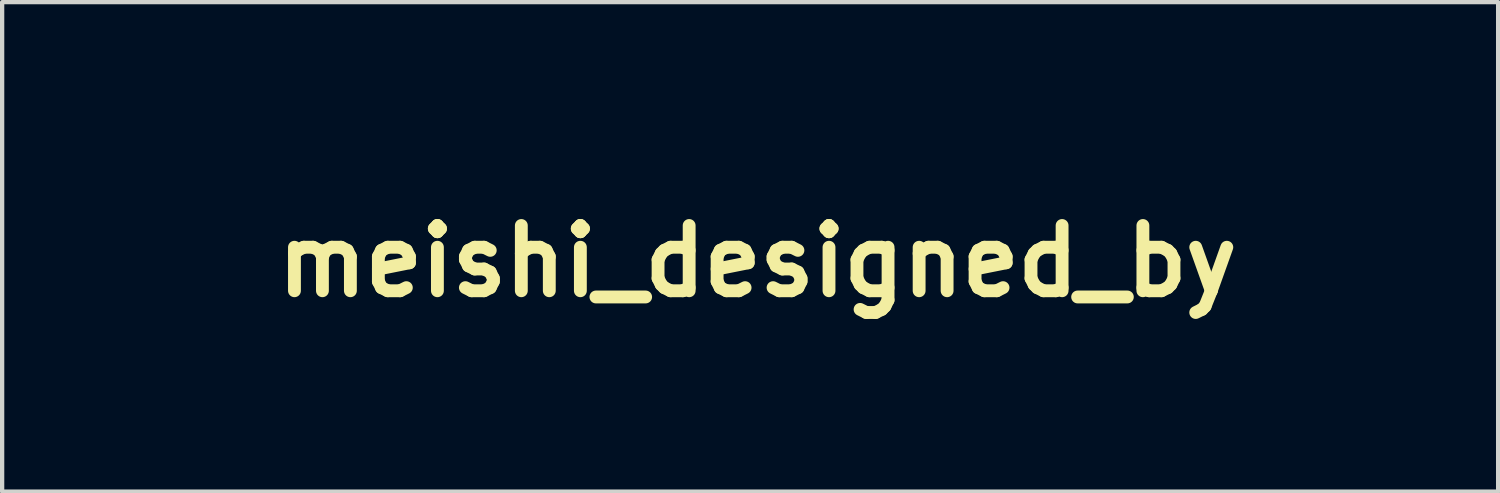
<source format=kicad_pcb>
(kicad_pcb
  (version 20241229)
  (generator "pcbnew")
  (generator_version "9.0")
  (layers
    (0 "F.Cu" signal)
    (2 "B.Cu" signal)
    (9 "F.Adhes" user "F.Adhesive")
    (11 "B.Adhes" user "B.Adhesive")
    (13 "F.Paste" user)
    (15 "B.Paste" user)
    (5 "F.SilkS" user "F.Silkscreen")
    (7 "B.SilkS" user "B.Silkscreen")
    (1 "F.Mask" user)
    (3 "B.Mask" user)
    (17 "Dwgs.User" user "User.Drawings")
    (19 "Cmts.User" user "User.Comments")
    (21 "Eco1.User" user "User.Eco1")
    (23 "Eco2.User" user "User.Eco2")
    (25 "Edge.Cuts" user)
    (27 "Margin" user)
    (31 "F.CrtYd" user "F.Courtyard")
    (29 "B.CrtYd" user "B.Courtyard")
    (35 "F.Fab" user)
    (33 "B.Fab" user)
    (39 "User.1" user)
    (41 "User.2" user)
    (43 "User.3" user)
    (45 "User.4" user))
  (footprint "meishi_designed_by"
    (layer "F.Cu")
    (at 14.639 3.05)
    (property "Reference" "meishi_designed_by" (at 0 0 0) (layer "F.SilkS") (effects (font (size 1.524 1.524) (thickness 0.3))))
    (attr through_hole)
    (fp_poly (pts (xy -12.568 -2.469) (xy -14.376 -2.469) (xy -14.376 -2.69) (xy -12.568 -2.69) (xy -12.568 -2.469)) (stroke (width 0.01) (type solid)) (fill yes) (layer "F.Mask"))
    (fp_poly (pts (xy 3.351 -1.543) (xy 0.529 -1.543) (xy 0.529 -1.808) (xy 3.351 -1.808) (xy 3.351 -1.543)) (stroke (width 0.01) (type solid)) (fill yes) (layer "F.Mask"))
    (fp_poly (pts (xy 9.525 -1.543) (xy 6.703 -1.543) (xy 6.703 -1.808) (xy 9.525 -1.808) (xy 9.525 -1.543)) (stroke (width 0.01) (type solid)) (fill yes) (layer "F.Mask"))
    (fp_poly (pts (xy 12.083 -1.896) (xy 10.319 -1.896) (xy 10.319 -2.117) (xy 12.083 -2.117) (xy 12.083 -1.896)) (stroke (width 0.01) (type solid)) (fill yes) (layer "F.Mask"))
    (fp_poly (pts (xy -4.164 0.643) (xy -4.145 0.728) (xy -4.172 0.814) (xy -4.236 0.84) (xy -4.292 0.808) (xy -4.325 0.73) (xy -4.302 0.653) (xy -4.235 0.617) (xy -4.233 0.617) (xy -4.164 0.643)) (stroke (width 0.01) (type solid)) (fill yes) (layer "F.Mask"))
    (fp_poly (pts (xy -4.194 1.02) (xy -4.168 1.048) (xy -4.154 1.113) (xy -4.147 1.232) (xy -4.145 1.419) (xy -4.145 1.477) (xy -4.146 1.684) (xy -4.152 1.818) (xy -4.164 1.895) (xy -4.187 1.93) (xy -4.222 1.94) (xy -4.233 1.94) (xy -4.273 1.934) (xy -4.298 1.907) (xy -4.313 1.841) (xy -4.32 1.723) (xy -4.321 1.535) (xy -4.322 1.477) (xy -4.32 1.271) (xy -4.315 1.137) (xy -4.303 1.06) (xy -4.28 1.024) (xy -4.244 1.014) (xy -4.233 1.014) (xy -4.194 1.02)) (stroke (width 0.01) (type solid)) (fill yes) (layer "F.Mask"))
    (fp_poly (pts (xy 14.277 -1.4) (xy 14.265 -0.154) (xy 13.615 -0.142) (xy 12.965 -0.13) (xy 12.965 -0.441) (xy 13.141 -0.441) (xy 13.147 -0.402) (xy 13.173 -0.377) (xy 13.237 -0.362) (xy 13.352 -0.355) (xy 13.535 -0.353) (xy 13.626 -0.353) (xy 14.111 -0.353) (xy 14.111 -2.469) (xy 13.891 -2.469) (xy 13.891 -0.529) (xy 13.516 -0.529) (xy 13.334 -0.528) (xy 13.222 -0.52) (xy 13.165 -0.502) (xy 13.143 -0.47) (xy 13.141 -0.441) (xy 12.965 -0.441) (xy 12.965 -0.706) (xy 13.714 -0.706) (xy 13.714 -2.646) (xy 14.289 -2.646) (xy 14.277 -1.4)) (stroke (width 0.01) (type solid)) (fill yes) (layer "F.Mask"))
    (fp_poly (pts (xy -5.194 -2.851) (xy -5.191 -2.851) (xy -5.082 -2.823) (xy -5.148 -2.525) (xy -5.182 -2.307) (xy -5.204 -2.027) (xy -5.214 -1.712) (xy -5.213 -1.387) (xy -5.199 -1.078) (xy -5.173 -0.81) (xy -5.151 -0.676) (xy -5.119 -0.513) (xy -5.106 -0.417) (xy -5.115 -0.367) (xy -5.147 -0.344) (xy -5.178 -0.335) (xy -5.279 -0.313) (xy -5.327 -0.328) (xy -5.353 -0.386) (xy -5.408 -0.64) (xy -5.449 -0.956) (xy -5.472 -1.31) (xy -5.479 -1.678) (xy -5.467 -2.034) (xy -5.437 -2.354) (xy -5.425 -2.431) (xy -5.388 -2.635) (xy -5.355 -2.766) (xy -5.316 -2.836) (xy -5.265 -2.86) (xy -5.194 -2.851)) (stroke (width 0.01) (type solid)) (fill yes) (layer "F.Mask"))
    (fp_poly (pts (xy 0.176 -2.469) (xy -0.573 -2.469) (xy -0.573 -0.529) (xy -0.839 -0.529) (xy -1.015 -0.539) (xy -1.111 -0.567) (xy -1.127 -0.585) (xy -1.132 -0.642) (xy -1.136 -0.776) (xy -1.138 -0.973) (xy -1.139 -1.223) (xy -1.139 -1.512) (xy -1.136 -1.829) (xy -1.136 -1.831) (xy -1.126 -2.866) (xy -0.97 -2.866) (xy -0.97 -0.706) (xy -0.75 -0.706) (xy -0.75 -2.646) (xy -0.375 -2.646) (xy -0.193 -2.647) (xy -0.083 -2.653) (xy -0.025 -2.67) (xy -0.003 -2.703) (xy 0 -2.756) (xy 0 -2.866) (xy -0.97 -2.866) (xy -1.126 -2.866) (xy -1.124 -3.021) (xy 0.176 -3.045) (xy 0.176 -2.469)) (stroke (width 0.01) (type solid)) (fill yes) (layer "F.Mask"))
    (fp_poly (pts (xy 5.409 0.494) (xy 5.421 0.543) (xy 5.409 0.613) (xy 5.397 0.705) (xy 5.426 0.742) (xy 5.518 0.75) (xy 5.535 0.75) (xy 5.641 0.76) (xy 5.684 0.799) (xy 5.689 0.838) (xy 5.675 0.894) (xy 5.619 0.92) (xy 5.498 0.926) (xy 5.308 0.926) (xy 5.232 1.167) (xy 5.185 1.304) (xy 5.127 1.458) (xy 5.068 1.606) (xy 5.015 1.727) (xy 4.979 1.797) (xy 4.97 1.807) (xy 4.931 1.787) (xy 4.905 1.771) (xy 4.884 1.734) (xy 4.892 1.658) (xy 4.932 1.528) (xy 5.001 1.342) (xy 5.153 0.948) (xy 5.024 0.934) (xy 4.924 0.904) (xy 4.895 0.838) (xy 4.917 0.779) (xy 4.997 0.749) (xy 5.058 0.741) (xy 5.174 0.72) (xy 5.23 0.669) (xy 5.248 0.618) (xy 5.296 0.528) (xy 5.355 0.492) (xy 5.409 0.494)) (stroke (width 0.01) (type solid)) (fill yes) (layer "F.Mask"))
    (fp_poly (pts (xy 2.432 1.019) (xy 2.446 1.046) (xy 2.426 1.117) (xy 2.385 1.224) (xy 2.248 1.567) (xy 2.137 1.835) (xy 2.049 2.037) (xy 1.98 2.18) (xy 1.926 2.272) (xy 1.883 2.322) (xy 1.847 2.337) (xy 1.846 2.337) (xy 1.778 2.329) (xy 1.764 2.32) (xy 1.78 2.273) (xy 1.822 2.174) (xy 1.849 2.112) (xy 1.896 1.995) (xy 1.918 1.913) (xy 1.917 1.894) (xy 1.896 1.843) (xy 1.852 1.728) (xy 1.792 1.568) (xy 1.744 1.437) (xy 1.676 1.246) (xy 1.636 1.122) (xy 1.622 1.053) (xy 1.632 1.024) (xy 1.665 1.02) (xy 1.684 1.022) (xy 1.739 1.047) (xy 1.788 1.113) (xy 1.843 1.237) (xy 1.895 1.386) (xy 2.012 1.736) (xy 2.157 1.375) (xy 2.238 1.189) (xy 2.301 1.075) (xy 2.355 1.022) (xy 2.386 1.014) (xy 2.432 1.019)) (stroke (width 0.01) (type solid)) (fill yes) (layer "F.Mask"))
    (fp_poly (pts (xy -4.819 0.994) (xy -4.706 1.027) (xy -4.638 1.074) (xy -4.63 1.097) (xy -4.648 1.14) (xy -4.716 1.162) (xy -4.851 1.169) (xy -4.862 1.169) (xy -4.998 1.173) (xy -5.068 1.192) (xy -5.092 1.232) (xy -5.093 1.252) (xy -5.056 1.326) (xy -4.94 1.389) (xy -4.92 1.396) (xy -4.734 1.485) (xy -4.619 1.595) (xy -4.58 1.716) (xy -4.62 1.834) (xy -4.729 1.925) (xy -4.888 1.973) (xy -5.068 1.972) (xy -5.196 1.938) (xy -5.266 1.888) (xy -5.279 1.841) (xy -5.262 1.807) (xy -5.228 1.795) (xy -5.153 1.805) (xy -5.048 1.826) (xy -4.923 1.828) (xy -4.823 1.787) (xy -4.771 1.718) (xy -4.774 1.664) (xy -4.83 1.608) (xy -4.937 1.554) (xy -4.969 1.542) (xy -5.099 1.49) (xy -5.202 1.431) (xy -5.214 1.421) (xy -5.284 1.313) (xy -5.277 1.195) (xy -5.202 1.085) (xy -5.066 1.002) (xy -5.057 0.999) (xy -4.946 0.982) (xy -4.819 0.994)) (stroke (width 0.01) (type solid)) (fill yes) (layer "F.Mask"))
    (fp_poly (pts (xy -14.153 -1.737) (xy -14.093 -1.698) (xy -14.05 -1.658) (xy -14.043 -1.616) (xy -14.078 -1.549) (xy -14.162 -1.437) (xy -14.172 -1.425) (xy -14.308 -1.221) (xy -14.366 -1.052) (xy -14.345 -0.913) (xy -14.246 -0.796) (xy -14.126 -0.724) (xy -14.039 -0.687) (xy -13.938 -0.663) (xy -13.804 -0.649) (xy -13.618 -0.643) (xy -13.384 -0.642) (xy -13.15 -0.647) (xy -12.932 -0.658) (xy -12.754 -0.675) (xy -12.64 -0.695) (xy -12.636 -0.696) (xy -12.52 -0.729) (xy -12.462 -0.731) (xy -12.434 -0.691) (xy -12.413 -0.611) (xy -12.402 -0.542) (xy -12.425 -0.5) (xy -12.501 -0.471) (xy -12.614 -0.445) (xy -12.802 -0.414) (xy -13.037 -0.392) (xy -13.291 -0.377) (xy -13.54 -0.372) (xy -13.755 -0.378) (xy -13.912 -0.394) (xy -13.923 -0.396) (xy -14.22 -0.491) (xy -14.45 -0.634) (xy -14.535 -0.72) (xy -14.626 -0.891) (xy -14.634 -1.088) (xy -14.558 -1.309) (xy -14.425 -1.52) (xy -14.329 -1.641) (xy -14.252 -1.728) (xy -14.21 -1.762) (xy -14.209 -1.762) (xy -14.153 -1.737)) (stroke (width 0.01) (type solid)) (fill yes) (layer "F.Mask"))
    (fp_poly (pts (xy -6.77 0.651) (xy -6.574 0.746) (xy -6.439 0.89) (xy -6.369 1.073) (xy -6.349 1.285) (xy -6.376 1.502) (xy -6.444 1.697) (xy -6.551 1.845) (xy -6.596 1.88) (xy -6.702 1.921) (xy -6.86 1.953) (xy -7.032 1.969) (xy -7.182 1.967) (xy -7.243 1.956) (xy -7.273 1.939) (xy -7.295 1.899) (xy -7.308 1.823) (xy -7.316 1.697) (xy -7.32 1.507) (xy -7.32 1.304) (xy -7.144 1.304) (xy -7.144 1.808) (xy -6.971 1.808) (xy -6.84 1.801) (xy -6.739 1.784) (xy -6.727 1.781) (xy -6.635 1.702) (xy -6.567 1.555) (xy -6.53 1.361) (xy -6.526 1.264) (xy -6.549 1.055) (xy -6.62 0.912) (xy -6.748 0.826) (xy -6.835 0.8) (xy -6.961 0.776) (xy -7.047 0.776) (xy -7.101 0.813) (xy -7.13 0.899) (xy -7.141 1.046) (xy -7.144 1.267) (xy -7.144 1.304) (xy -7.32 1.304) (xy -7.32 1.302) (xy -7.32 1.043) (xy -7.314 0.859) (xy -7.298 0.738) (xy -7.265 0.666) (xy -7.209 0.63) (xy -7.125 0.618) (xy -7.006 0.617) (xy -6.77 0.651)) (stroke (width 0.01) (type solid)) (fill yes) (layer "F.Mask"))
    (fp_poly (pts (xy -2.193 1.031) (xy -2.106 1.094) (xy -2.067 1.144) (xy -2.043 1.225) (xy -2.032 1.357) (xy -2.028 1.55) (xy -2.03 1.737) (xy -2.037 1.852) (xy -2.054 1.914) (xy -2.084 1.937) (xy -2.115 1.94) (xy -2.157 1.932) (xy -2.184 1.897) (xy -2.2 1.818) (xy -2.209 1.678) (xy -2.214 1.554) (xy -2.222 1.369) (xy -2.233 1.253) (xy -2.253 1.191) (xy -2.287 1.163) (xy -2.324 1.155) (xy -2.442 1.164) (xy -2.511 1.189) (xy -2.557 1.224) (xy -2.584 1.281) (xy -2.598 1.381) (xy -2.602 1.544) (xy -2.602 1.589) (xy -2.604 1.764) (xy -2.612 1.869) (xy -2.632 1.922) (xy -2.667 1.939) (xy -2.69 1.94) (xy -2.729 1.934) (xy -2.755 1.907) (xy -2.769 1.841) (xy -2.776 1.723) (xy -2.778 1.535) (xy -2.778 1.477) (xy -2.776 1.266) (xy -2.769 1.128) (xy -2.754 1.05) (xy -2.729 1.018) (xy -2.712 1.014) (xy -2.653 1.037) (xy -2.646 1.056) (xy -2.611 1.068) (xy -2.523 1.046) (xy -2.494 1.034) (xy -2.332 0.995) (xy -2.193 1.031)) (stroke (width 0.01) (type solid)) (fill yes) (layer "F.Mask"))
    (fp_poly (pts (xy 6.21 0.761) (xy 6.347 0.793) (xy 6.426 0.838) (xy 6.438 0.865) (xy 6.405 0.907) (xy 6.297 0.925) (xy 6.24 0.926) (xy 6.041 0.926) (xy 6.042 1.224) (xy 6.043 1.521) (xy 6.241 1.654) (xy 6.351 1.733) (xy 6.422 1.796) (xy 6.438 1.82) (xy 6.405 1.871) (xy 6.325 1.875) (xy 6.224 1.835) (xy 6.189 1.811) (xy 6.07 1.717) (xy 6.016 1.844) (xy 5.956 1.944) (xy 5.888 2) (xy 5.737 2.028) (xy 5.568 2.019) (xy 5.422 1.975) (xy 5.377 1.947) (xy 5.292 1.825) (xy 5.277 1.725) (xy 5.282 1.697) (xy 5.43 1.697) (xy 5.449 1.792) (xy 5.526 1.859) (xy 5.637 1.89) (xy 5.755 1.877) (xy 5.842 1.825) (xy 5.898 1.726) (xy 5.872 1.639) (xy 5.777 1.588) (xy 5.633 1.575) (xy 5.51 1.607) (xy 5.438 1.674) (xy 5.43 1.697) (xy 5.282 1.697) (xy 5.303 1.579) (xy 5.386 1.486) (xy 5.535 1.441) (xy 5.668 1.433) (xy 5.909 1.433) (xy 5.909 0.75) (xy 6.036 0.75) (xy 6.21 0.761)) (stroke (width 0.01) (type solid)) (fill yes) (layer "F.Mask"))
    (fp_poly (pts (xy 11.332 -2.98) (xy 11.459 -2.916) (xy 11.56 -2.838) (xy 11.716 -2.716) (xy 11.912 -2.574) (xy 12.121 -2.43) (xy 12.319 -2.302) (xy 12.479 -2.206) (xy 12.511 -2.189) (xy 12.603 -2.134) (xy 12.629 -2.083) (xy 12.604 -2.006) (xy 12.555 -1.925) (xy 12.517 -1.896) (xy 12.45 -1.921) (xy 12.328 -1.987) (xy 12.168 -2.085) (xy 11.988 -2.203) (xy 11.803 -2.332) (xy 11.63 -2.459) (xy 11.557 -2.516) (xy 11.413 -2.629) (xy 11.294 -2.718) (xy 11.218 -2.77) (xy 11.201 -2.778) (xy 11.156 -2.752) (xy 11.059 -2.683) (xy 10.928 -2.582) (xy 10.844 -2.516) (xy 10.683 -2.393) (xy 10.502 -2.264) (xy 10.317 -2.139) (xy 10.146 -2.03) (xy 10.004 -1.948) (xy 9.909 -1.902) (xy 9.884 -1.896) (xy 9.841 -1.932) (xy 9.798 -2.006) (xy 9.773 -2.083) (xy 9.798 -2.134) (xy 9.89 -2.189) (xy 10.037 -2.273) (xy 10.227 -2.395) (xy 10.436 -2.537) (xy 10.637 -2.681) (xy 10.806 -2.81) (xy 10.841 -2.838) (xy 10.985 -2.943) (xy 11.109 -2.991) (xy 11.201 -2.999) (xy 11.332 -2.98)) (stroke (width 0.01) (type solid)) (fill yes) (layer "F.Mask"))
    (fp_poly (pts (xy -5.658 1.037) (xy -5.553 1.103) (xy -5.489 1.211) (xy -5.469 1.277) (xy -5.444 1.398) (xy -5.442 1.485) (xy -5.447 1.5) (xy -5.501 1.522) (xy -5.618 1.537) (xy -5.774 1.543) (xy -5.779 1.543) (xy -5.957 1.549) (xy -6.054 1.57) (xy -6.076 1.615) (xy -6.029 1.688) (xy -5.974 1.747) (xy -5.885 1.82) (xy -5.793 1.841) (xy -5.687 1.83) (xy -5.571 1.817) (xy -5.52 1.834) (xy -5.512 1.865) (xy -5.551 1.927) (xy -5.65 1.967) (xy -5.782 1.979) (xy -5.922 1.96) (xy -5.975 1.943) (xy -6.123 1.845) (xy -6.208 1.694) (xy -6.237 1.481) (xy -6.237 1.476) (xy -6.228 1.332) (xy -6.07 1.332) (xy -6.069 1.383) (xy -6.001 1.405) (xy -5.858 1.411) (xy -5.843 1.411) (xy -5.701 1.403) (xy -5.616 1.382) (xy -5.6 1.364) (xy -5.636 1.245) (xy -5.725 1.169) (xy -5.84 1.147) (xy -5.955 1.183) (xy -6.017 1.245) (xy -6.07 1.332) (xy -6.228 1.332) (xy -6.227 1.314) (xy -6.191 1.204) (xy -6.135 1.131) (xy -5.981 1.023) (xy -5.802 0.999) (xy -5.658 1.037)) (stroke (width 0.01) (type solid)) (fill yes) (layer "F.Mask"))
    (fp_poly (pts (xy -1.248 1.037) (xy -1.143 1.103) (xy -1.079 1.211) (xy -1.059 1.277) (xy -1.035 1.398) (xy -1.032 1.485) (xy -1.037 1.5) (xy -1.091 1.522) (xy -1.209 1.537) (xy -1.364 1.543) (xy -1.37 1.543) (xy -1.547 1.549) (xy -1.644 1.57) (xy -1.666 1.615) (xy -1.62 1.688) (xy -1.564 1.747) (xy -1.475 1.82) (xy -1.383 1.841) (xy -1.277 1.83) (xy -1.162 1.817) (xy -1.111 1.834) (xy -1.102 1.865) (xy -1.141 1.927) (xy -1.24 1.967) (xy -1.372 1.979) (xy -1.512 1.96) (xy -1.565 1.943) (xy -1.713 1.845) (xy -1.799 1.694) (xy -1.827 1.481) (xy -1.827 1.476) (xy -1.818 1.332) (xy -1.66 1.332) (xy -1.659 1.383) (xy -1.592 1.405) (xy -1.448 1.411) (xy -1.433 1.411) (xy -1.292 1.403) (xy -1.207 1.382) (xy -1.191 1.364) (xy -1.226 1.245) (xy -1.315 1.169) (xy -1.43 1.147) (xy -1.545 1.183) (xy -1.607 1.245) (xy -1.66 1.332) (xy -1.818 1.332) (xy -1.817 1.314) (xy -1.781 1.204) (xy -1.726 1.131) (xy -1.571 1.023) (xy -1.392 0.999) (xy -1.248 1.037)) (stroke (width 0.01) (type solid)) (fill yes) (layer "F.Mask"))
    (fp_poly (pts (xy 0.739 0.626) (xy 0.79 0.66) (xy 0.819 0.751) (xy 0.829 0.849) (xy 0.84 0.971) (xy 0.853 1.047) (xy 0.859 1.058) (xy 0.908 1.044) (xy 0.988 1.016) (xy 1.15 0.993) (xy 1.29 1.043) (xy 1.4 1.153) (xy 1.471 1.309) (xy 1.492 1.496) (xy 1.455 1.702) (xy 1.45 1.715) (xy 1.382 1.827) (xy 1.276 1.917) (xy 1.157 1.974) (xy 1.05 1.982) (xy 1 1.955) (xy 0.94 1.937) (xy 0.832 1.931) (xy 0.816 1.932) (xy 0.661 1.938) (xy 0.661 1.484) (xy 0.838 1.484) (xy 0.845 1.632) (xy 0.874 1.721) (xy 0.933 1.782) (xy 0.936 1.783) (xy 1.066 1.827) (xy 1.199 1.799) (xy 1.249 1.764) (xy 1.278 1.702) (xy 1.304 1.589) (xy 1.31 1.55) (xy 1.306 1.368) (xy 1.246 1.233) (xy 1.139 1.157) (xy 1.066 1.147) (xy 0.947 1.166) (xy 0.875 1.235) (xy 0.843 1.366) (xy 0.838 1.484) (xy 0.661 1.484) (xy 0.661 1.274) (xy 0.662 1.019) (xy 0.666 0.84) (xy 0.673 0.723) (xy 0.686 0.657) (xy 0.706 0.628) (xy 0.734 0.625) (xy 0.739 0.626)) (stroke (width 0.01) (type solid)) (fill yes) (layer "F.Mask"))
    (fp_poly (pts (xy -0.128 0.629) (xy -0.11 0.674) (xy -0.098 0.762) (xy -0.091 0.907) (xy -0.089 1.122) (xy -0.088 1.279) (xy -0.089 1.538) (xy -0.094 1.721) (xy -0.103 1.84) (xy -0.117 1.908) (xy -0.139 1.937) (xy -0.154 1.94) (xy -0.213 1.915) (xy -0.22 1.894) (xy -0.25 1.881) (xy -0.318 1.916) (xy -0.471 1.979) (xy -0.624 1.954) (xy -0.727 1.885) (xy -0.835 1.739) (xy -0.887 1.553) (xy -0.885 1.488) (xy -0.728 1.488) (xy -0.715 1.632) (xy -0.667 1.727) (xy -0.624 1.768) (xy -0.525 1.835) (xy -0.45 1.84) (xy -0.364 1.778) (xy -0.329 1.744) (xy -0.245 1.614) (xy -0.22 1.467) (xy -0.246 1.326) (xy -0.319 1.213) (xy -0.432 1.152) (xy -0.482 1.147) (xy -0.614 1.179) (xy -0.695 1.279) (xy -0.727 1.45) (xy -0.728 1.488) (xy -0.885 1.488) (xy -0.882 1.356) (xy -0.821 1.177) (xy -0.755 1.088) (xy -0.638 1.022) (xy -0.487 1.001) (xy -0.344 1.026) (xy -0.285 1.059) (xy -0.249 1.079) (xy -0.229 1.048) (xy -0.221 0.952) (xy -0.22 0.865) (xy -0.215 0.717) (xy -0.195 0.64) (xy -0.156 0.617) (xy -0.154 0.617) (xy -0.128 0.629)) (stroke (width 0.01) (type solid)) (fill yes) (layer "F.Mask"))
    (fp_poly (pts (xy -3.391 1.008) (xy -3.381 1.012) (xy -3.259 1.033) (xy -3.162 1.027) (xy -3.043 1.004) (xy -3.043 1.513) (xy -3.046 1.728) (xy -3.057 1.92) (xy -3.071 2.067) (xy -3.087 2.138) (xy -3.151 2.222) (xy -3.261 2.304) (xy -3.381 2.362) (xy -3.471 2.375) (xy -3.537 2.364) (xy -3.627 2.35) (xy -3.724 2.31) (xy -3.748 2.257) (xy -3.733 2.212) (xy -3.675 2.194) (xy -3.551 2.198) (xy -3.542 2.199) (xy -3.371 2.19) (xy -3.267 2.126) (xy -3.222 2.004) (xy -3.219 1.948) (xy -3.228 1.876) (xy -3.263 1.879) (xy -3.282 1.894) (xy -3.395 1.936) (xy -3.537 1.928) (xy -3.675 1.876) (xy -3.759 1.803) (xy -3.817 1.67) (xy -3.843 1.494) (xy -3.842 1.477) (xy -3.682 1.477) (xy -3.668 1.612) (xy -3.633 1.717) (xy -3.622 1.735) (xy -3.519 1.798) (xy -3.393 1.797) (xy -3.288 1.739) (xy -3.241 1.643) (xy -3.221 1.5) (xy -3.229 1.349) (xy -3.265 1.232) (xy -3.344 1.166) (xy -3.459 1.148) (xy -3.573 1.179) (xy -3.622 1.219) (xy -3.66 1.309) (xy -3.681 1.44) (xy -3.682 1.477) (xy -3.842 1.477) (xy -3.836 1.313) (xy -3.794 1.167) (xy -3.785 1.151) (xy -3.679 1.053) (xy -3.534 1.001) (xy -3.391 1.008)) (stroke (width 0.01) (type solid)) (fill yes) (layer "F.Mask"))
    (fp_poly (pts (xy -3.44 -2.381) (xy -3.175 -2.381) (xy -3.028 -2.379) (xy -2.949 -2.366) (xy -2.917 -2.334) (xy -2.91 -2.275) (xy -2.91 -2.271) (xy -2.916 -2.21) (xy -2.947 -2.177) (xy -3.023 -2.163) (xy -3.166 -2.161) (xy -3.175 -2.161) (xy -3.44 -2.161) (xy -3.44 -1.654) (xy -3.437 -1.454) (xy -3.43 -1.291) (xy -3.419 -1.182) (xy -3.407 -1.145) (xy -3.36 -1.116) (xy -3.267 -1.043) (xy -3.147 -0.94) (xy -3.131 -0.925) (xy -2.888 -0.708) (xy -3.076 -0.52) (xy -3.427 -0.837) (xy -3.494 -0.665) (xy -3.567 -0.535) (xy -3.66 -0.431) (xy -3.679 -0.417) (xy -3.841 -0.351) (xy -4.045 -0.324) (xy -4.255 -0.337) (xy -4.377 -0.369) (xy -4.539 -0.442) (xy -4.64 -0.525) (xy -4.703 -0.644) (xy -4.723 -0.705) (xy -4.745 -0.907) (xy -4.738 -0.929) (xy -4.489 -0.929) (xy -4.468 -0.791) (xy -4.407 -0.689) (xy -4.333 -0.616) (xy -4.243 -0.582) (xy -4.101 -0.573) (xy -4.098 -0.573) (xy -3.931 -0.588) (xy -3.821 -0.637) (xy -3.792 -0.661) (xy -3.721 -0.789) (xy -3.704 -0.905) (xy -3.727 -1.022) (xy -3.801 -1.097) (xy -3.939 -1.136) (xy -4.126 -1.147) (xy -4.31 -1.118) (xy -4.434 -1.042) (xy -4.489 -0.929) (xy -4.738 -0.929) (xy -4.691 -1.087) (xy -4.574 -1.236) (xy -4.407 -1.343) (xy -4.202 -1.4) (xy -3.971 -1.397) (xy -3.865 -1.375) (xy -3.704 -1.33) (xy -3.704 -2.161) (xy -4.674 -2.161) (xy -4.674 -2.381) (xy -3.704 -2.381) (xy -3.704 -2.91) (xy -3.44 -2.91) (xy -3.44 -2.381)) (stroke (width 0.01) (type solid)) (fill yes) (layer "F.Mask"))
    (fp_poly (pts (xy 12.524 -1.323) (xy 11.037 -1.323) (xy 10.882 -0.959) (xy 10.815 -0.796) (xy 10.766 -0.667) (xy 10.743 -0.591) (xy 10.742 -0.578) (xy 10.789 -0.576) (xy 10.903 -0.583) (xy 11.064 -0.596) (xy 11.254 -0.614) (xy 11.45 -0.634) (xy 11.635 -0.655) (xy 11.787 -0.675) (xy 11.875 -0.689) (xy 11.998 -0.713) (xy 11.882 -0.911) (xy 11.82 -1.025) (xy 11.784 -1.102) (xy 11.781 -1.122) (xy 11.827 -1.15) (xy 11.891 -1.184) (xy 11.95 -1.205) (xy 12.001 -1.185) (xy 12.062 -1.111) (xy 12.119 -1.025) (xy 12.244 -0.823) (xy 12.356 -0.636) (xy 12.445 -0.479) (xy 12.504 -0.366) (xy 12.524 -0.314) (xy 12.488 -0.272) (xy 12.414 -0.229) (xy 12.337 -0.203) (xy 12.286 -0.229) (xy 12.232 -0.321) (xy 12.182 -0.417) (xy 12.153 -0.471) (xy 12.151 -0.474) (xy 12.106 -0.473) (xy 11.992 -0.462) (xy 11.827 -0.443) (xy 11.66 -0.422) (xy 11.399 -0.391) (xy 11.11 -0.362) (xy 10.84 -0.339) (xy 10.738 -0.332) (xy 10.529 -0.318) (xy 10.334 -0.304) (xy 10.183 -0.29) (xy 10.131 -0.285) (xy 10.024 -0.276) (xy 9.977 -0.298) (xy 9.966 -0.369) (xy 9.966 -0.396) (xy 9.971 -0.476) (xy 10.001 -0.515) (xy 10.08 -0.528) (xy 10.18 -0.529) (xy 10.395 -0.529) (xy 10.555 -0.88) (xy 10.628 -1.043) (xy 10.683 -1.178) (xy 10.713 -1.262) (xy 10.716 -1.277) (xy 10.673 -1.3) (xy 10.552 -1.315) (xy 10.363 -1.323) (xy 10.297 -1.323) (xy 10.103 -1.324) (xy 9.98 -1.329) (xy 9.913 -1.343) (xy 9.884 -1.37) (xy 9.878 -1.415) (xy 9.878 -1.433) (xy 9.878 -1.543) (xy 12.524 -1.543) (xy 12.524 -1.323)) (stroke (width 0.01) (type solid)) (fill yes) (layer "F.Mask"))
    (fp_poly (pts (xy -10.964 -2.905) (xy -10.929 -2.877) (xy -10.898 -2.814) (xy -10.865 -2.699) (xy -10.825 -2.518) (xy -10.806 -2.425) (xy -10.765 -2.232) (xy -10.729 -2.075) (xy -10.702 -1.973) (xy -10.69 -1.94) (xy -10.644 -1.955) (xy -10.541 -1.993) (xy -10.442 -2.032) (xy -10.323 -2.075) (xy -10.163 -2.126) (xy -9.981 -2.181) (xy -9.796 -2.234) (xy -9.629 -2.28) (xy -9.497 -2.313) (xy -9.423 -2.326) (xy -9.413 -2.325) (xy -9.398 -2.28) (xy -9.378 -2.201) (xy -9.369 -2.149) (xy -9.381 -2.111) (xy -9.429 -2.078) (xy -9.526 -2.043) (xy -9.686 -1.998) (xy -9.8 -1.968) (xy -10.101 -1.878) (xy -10.392 -1.769) (xy -10.657 -1.65) (xy -10.878 -1.528) (xy -11.038 -1.413) (xy -11.086 -1.365) (xy -11.175 -1.201) (xy -11.202 -1.017) (xy -11.161 -0.846) (xy -11.157 -0.839) (xy -11.057 -0.74) (xy -10.878 -0.666) (xy -10.629 -0.619) (xy -10.317 -0.599) (xy -10.231 -0.599) (xy -10.01 -0.604) (xy -9.799 -0.614) (xy -9.627 -0.627) (xy -9.558 -0.635) (xy -9.432 -0.652) (xy -9.371 -0.645) (xy -9.351 -0.603) (xy -9.349 -0.538) (xy -9.355 -0.462) (xy -9.388 -0.42) (xy -9.469 -0.396) (xy -9.58 -0.381) (xy -9.79 -0.364) (xy -10.034 -0.355) (xy -10.289 -0.356) (xy -10.533 -0.364) (xy -10.744 -0.38) (xy -10.899 -0.403) (xy -10.947 -0.416) (xy -11.181 -0.523) (xy -11.347 -0.66) (xy -11.423 -0.763) (xy -11.501 -0.965) (xy -11.491 -1.172) (xy -11.394 -1.382) (xy -11.212 -1.592) (xy -11.178 -1.623) (xy -10.968 -1.808) (xy -11.065 -2.297) (xy -11.102 -2.499) (xy -11.129 -2.672) (xy -11.141 -2.796) (xy -11.139 -2.848) (xy -11.081 -2.897) (xy -11.011 -2.91) (xy -10.964 -2.905)) (stroke (width 0.01) (type solid)) (fill yes) (layer "F.Mask"))
    (fp_poly (pts (xy 7.304 0.545) (xy 7.314 0.611) (xy 7.309 0.639) (xy 7.302 0.694) (xy 7.317 0.727) (xy 7.372 0.743) (xy 7.483 0.749) (xy 7.635 0.75) (xy 7.809 0.752) (xy 7.913 0.76) (xy 7.964 0.78) (xy 7.981 0.817) (xy 7.982 0.838) (xy 7.974 0.882) (xy 7.94 0.908) (xy 7.862 0.921) (xy 7.722 0.926) (xy 7.629 0.926) (xy 7.276 0.926) (xy 7.276 1.191) (xy 7.585 1.191) (xy 7.752 1.195) (xy 7.848 1.209) (xy 7.889 1.236) (xy 7.893 1.257) (xy 7.875 1.293) (xy 7.81 1.313) (xy 7.681 1.322) (xy 7.585 1.323) (xy 7.276 1.323) (xy 7.276 1.564) (xy 7.29 1.735) (xy 7.343 1.837) (xy 7.45 1.885) (xy 7.606 1.896) (xy 7.758 1.865) (xy 7.881 1.786) (xy 7.956 1.676) (xy 7.963 1.563) (xy 7.956 1.482) (xy 8.002 1.456) (xy 8.025 1.455) (xy 8.087 1.473) (xy 8.111 1.541) (xy 8.114 1.606) (xy 8.106 1.731) (xy 8.087 1.826) (xy 8.086 1.828) (xy 8.01 1.915) (xy 7.873 1.98) (xy 7.7 2.021) (xy 7.516 2.034) (xy 7.346 2.016) (xy 7.216 1.963) (xy 7.188 1.94) (xy 7.134 1.863) (xy 7.107 1.752) (xy 7.1 1.587) (xy 7.1 1.323) (xy 6.901 1.323) (xy 6.77 1.314) (xy 6.711 1.285) (xy 6.703 1.257) (xy 6.729 1.213) (xy 6.817 1.193) (xy 6.901 1.191) (xy 7.023 1.187) (xy 7.081 1.165) (xy 7.099 1.108) (xy 7.1 1.058) (xy 7.093 0.974) (xy 7.055 0.936) (xy 6.961 0.926) (xy 6.923 0.926) (xy 6.808 0.919) (xy 6.757 0.889) (xy 6.747 0.838) (xy 6.76 0.783) (xy 6.814 0.757) (xy 6.931 0.75) (xy 6.945 0.75) (xy 7.068 0.745) (xy 7.126 0.723) (xy 7.143 0.669) (xy 7.144 0.639) (xy 7.164 0.554) (xy 7.235 0.529) (xy 7.237 0.529) (xy 7.304 0.545)) (stroke (width 0.01) (type solid)) (fill yes) (layer "F.Mask"))
    (fp_poly (pts (xy -6.95 -2.699) (xy -6.729 -2.656) (xy -6.546 -2.572) (xy -6.375 -2.441) (xy -6.317 -2.386) (xy -6.174 -2.215) (xy -6.082 -2.033) (xy -6.033 -1.814) (xy -6.02 -1.543) (xy -6.024 -1.347) (xy -6.039 -1.208) (xy -6.073 -1.093) (xy -6.132 -0.971) (xy -6.157 -0.925) (xy -6.326 -0.7) (xy -6.542 -0.528) (xy -6.783 -0.425) (xy -6.849 -0.412) (xy -6.956 -0.4) (xy -7.002 -0.42) (xy -7.011 -0.479) (xy -7.009 -0.57) (xy -7.007 -0.606) (xy -6.965 -0.637) (xy -6.867 -0.678) (xy -6.813 -0.695) (xy -6.608 -0.797) (xy -6.447 -0.96) (xy -6.334 -1.169) (xy -6.272 -1.405) (xy -6.265 -1.653) (xy -6.316 -1.895) (xy -6.428 -2.115) (xy -6.495 -2.198) (xy -6.629 -2.308) (xy -6.793 -2.402) (xy -6.953 -2.459) (xy -7.03 -2.469) (xy -7.105 -2.456) (xy -7.146 -2.397) (xy -7.166 -2.304) (xy -7.252 -1.82) (xy -7.342 -1.419) (xy -7.438 -1.096) (xy -7.542 -0.848) (xy -7.654 -0.668) (xy -7.747 -0.575) (xy -7.913 -0.491) (xy -8.082 -0.486) (xy -8.246 -0.551) (xy -8.393 -0.679) (xy -8.514 -0.86) (xy -8.598 -1.088) (xy -8.632 -1.295) (xy -8.63 -1.339) (xy -8.374 -1.339) (xy -8.335 -1.104) (xy -8.239 -0.905) (xy -8.195 -0.853) (xy -8.082 -0.767) (xy -7.977 -0.766) (xy -7.869 -0.85) (xy -7.834 -0.893) (xy -7.739 -1.049) (xy -7.657 -1.252) (xy -7.584 -1.516) (xy -7.527 -1.786) (xy -7.478 -2.048) (xy -7.447 -2.236) (xy -7.432 -2.36) (xy -7.434 -2.432) (xy -7.45 -2.464) (xy -7.466 -2.468) (xy -7.591 -2.44) (xy -7.752 -2.376) (xy -7.915 -2.289) (xy -8.008 -2.226) (xy -8.172 -2.054) (xy -8.29 -1.835) (xy -8.358 -1.59) (xy -8.374 -1.339) (xy -8.63 -1.339) (xy -8.619 -1.642) (xy -8.527 -1.956) (xy -8.36 -2.231) (xy -8.121 -2.457) (xy -7.903 -2.588) (xy -7.77 -2.648) (xy -7.651 -2.685) (xy -7.516 -2.705) (xy -7.337 -2.711) (xy -7.232 -2.712) (xy -6.95 -2.699)) (stroke (width 0.01) (type solid)) (fill yes) (layer "F.Mask"))
    (fp_poly (pts (xy 3.869 0.877) (xy 3.846 1.137) (xy 3.979 1.164) (xy 4.12 1.187) (xy 4.197 1.175) (xy 4.227 1.112) (xy 4.233 0.981) (xy 4.233 0.97) (xy 4.238 0.838) (xy 4.258 0.772) (xy 4.301 0.751) (xy 4.322 0.75) (xy 4.371 0.759) (xy 4.397 0.802) (xy 4.408 0.897) (xy 4.41 1.015) (xy 4.413 1.165) (xy 4.429 1.252) (xy 4.466 1.298) (xy 4.516 1.321) (xy 4.627 1.385) (xy 4.662 1.458) (xy 4.635 1.512) (xy 4.575 1.536) (xy 4.533 1.508) (xy 4.449 1.458) (xy 4.386 1.48) (xy 4.366 1.548) (xy 4.33 1.711) (xy 4.237 1.872) (xy 4.111 1.993) (xy 4.1 2) (xy 4.009 2.048) (xy 3.965 2.048) (xy 3.941 2.008) (xy 3.955 1.928) (xy 4.029 1.849) (xy 4.102 1.765) (xy 4.168 1.647) (xy 4.215 1.523) (xy 4.231 1.423) (xy 4.218 1.382) (xy 4.16 1.363) (xy 4.048 1.35) (xy 4.006 1.349) (xy 3.823 1.345) (xy 3.763 1.606) (xy 3.713 1.793) (xy 3.66 1.908) (xy 3.592 1.966) (xy 3.499 1.984) (xy 3.487 1.984) (xy 3.363 1.946) (xy 3.241 1.846) (xy 3.147 1.71) (xy 3.113 1.618) (xy 3.108 1.559) (xy 3.263 1.559) (xy 3.292 1.648) (xy 3.359 1.74) (xy 3.436 1.8) (xy 3.465 1.808) (xy 3.529 1.771) (xy 3.566 1.709) (xy 3.601 1.592) (xy 3.63 1.466) (xy 3.641 1.367) (xy 3.615 1.328) (xy 3.577 1.323) (xy 3.486 1.35) (xy 3.382 1.414) (xy 3.297 1.492) (xy 3.263 1.559) (xy 3.108 1.559) (xy 3.106 1.528) (xy 3.143 1.446) (xy 3.235 1.342) (xy 3.343 1.252) (xy 3.442 1.198) (xy 3.476 1.191) (xy 3.597 1.151) (xy 3.679 1.048) (xy 3.704 0.925) (xy 3.699 0.851) (xy 3.667 0.812) (xy 3.588 0.793) (xy 3.473 0.785) (xy 3.329 0.769) (xy 3.253 0.739) (xy 3.227 0.695) (xy 3.23 0.655) (xy 3.266 0.632) (xy 3.353 0.621) (xy 3.508 0.617) (xy 3.553 0.617) (xy 3.893 0.617) (xy 3.869 0.877)) (stroke (width 0.01) (type solid)) (fill yes) (layer "F.Mask"))
    (fp_poly (pts (xy 4.792 -2.991) (xy 4.796 -2.991) (xy 4.883 -2.965) (xy 4.921 -2.896) (xy 4.931 -2.833) (xy 4.955 -2.729) (xy 5.011 -2.691) (xy 5.03 -2.69) (xy 5.097 -2.663) (xy 5.115 -2.58) (xy 5.095 -2.493) (xy 5.027 -2.469) (xy 4.993 -2.465) (xy 4.969 -2.443) (xy 4.954 -2.391) (xy 4.945 -2.295) (xy 4.94 -2.143) (xy 4.939 -1.92) (xy 4.939 -1.808) (xy 4.939 -1.554) (xy 4.942 -1.375) (xy 4.949 -1.258) (xy 4.962 -1.189) (xy 4.982 -1.157) (xy 5.012 -1.147) (xy 5.027 -1.147) (xy 5.102 -1.115) (xy 5.121 -1.047) (xy 5.129 -0.978) (xy 5.139 -0.985) (xy 5.151 -1.057) (xy 5.162 -1.183) (xy 5.174 -1.351) (xy 5.184 -1.55) (xy 5.192 -1.768) (xy 5.197 -1.94) (xy 5.468 -1.94) (xy 5.468 -1.411) (xy 6.085 -1.411) (xy 6.085 -1.94) (xy 5.468 -1.94) (xy 5.197 -1.94) (xy 5.198 -1.994) (xy 5.2 -2.15) (xy 5.202 -2.69) (xy 5.468 -2.69) (xy 5.468 -2.205) (xy 6.085 -2.205) (xy 6.085 -2.69) (xy 5.468 -2.69) (xy 5.202 -2.69) (xy 5.203 -2.91) (xy 6.35 -2.91) (xy 6.35 -1.637) (xy 6.349 -1.243) (xy 6.346 -0.93) (xy 6.34 -0.69) (xy 6.332 -0.516) (xy 6.321 -0.401) (xy 6.306 -0.336) (xy 6.295 -0.318) (xy 6.231 -0.283) (xy 6.134 -0.264) (xy 5.982 -0.258) (xy 5.854 -0.26) (xy 5.727 -0.267) (xy 5.665 -0.289) (xy 5.646 -0.339) (xy 5.644 -0.375) (xy 5.652 -0.44) (xy 5.688 -0.473) (xy 5.776 -0.484) (xy 5.865 -0.485) (xy 6.085 -0.485) (xy 6.085 -1.191) (xy 5.444 -1.191) (xy 5.388 -0.895) (xy 5.345 -0.706) (xy 5.29 -0.521) (xy 5.247 -0.407) (xy 5.193 -0.293) (xy 5.153 -0.246) (xy 5.107 -0.254) (xy 5.064 -0.282) (xy 4.966 -0.324) (xy 4.914 -0.306) (xy 4.866 -0.302) (xy 4.804 -0.367) (xy 4.748 -0.454) (xy 4.668 -0.579) (xy 4.593 -0.676) (xy 4.565 -0.704) (xy 4.52 -0.755) (xy 4.538 -0.807) (xy 4.57 -0.844) (xy 4.606 -0.89) (xy 4.599 -0.914) (xy 4.534 -0.924) (xy 4.396 -0.926) (xy 4.386 -0.926) (xy 4.713 -0.926) (xy 5.004 -0.521) (xy 5.058 -0.646) (xy 5.097 -0.762) (xy 5.113 -0.849) (xy 5.098 -0.898) (xy 5.034 -0.921) (xy 4.914 -0.926) (xy 4.713 -0.926) (xy 4.386 -0.926) (xy 4.246 -0.924) (xy 4.181 -0.914) (xy 4.179 -0.892) (xy 4.208 -0.867) (xy 4.262 -0.811) (xy 4.251 -0.741) (xy 4.234 -0.707) (xy 4.178 -0.624) (xy 4.09 -0.514) (xy 3.989 -0.399) (xy 3.893 -0.299) (xy 3.821 -0.234) (xy 3.796 -0.22) (xy 3.746 -0.248) (xy 3.693 -0.295) (xy 3.659 -0.338) (xy 3.658 -0.383) (xy 3.699 -0.448) (xy 3.791 -0.551) (xy 3.838 -0.601) (xy 3.945 -0.721) (xy 4.024 -0.819) (xy 4.057 -0.877) (xy 4.057 -0.879) (xy 4.017 -0.907) (xy 3.912 -0.923) (xy 3.836 -0.926) (xy 3.706 -0.93) (xy 3.64 -0.948) (xy 3.618 -0.992) (xy 3.616 -1.036) (xy 3.634 -1.12) (xy 3.706 -1.146) (xy 3.726 -1.147) (xy 3.836 -1.147) (xy 3.836 -1.455) (xy 4.101 -1.455) (xy 4.101 -1.147) (xy 4.674 -1.147) (xy 4.674 -1.455) (xy 4.101 -1.455) (xy 3.836 -1.455) (xy 3.836 -1.984) (xy 4.101 -1.984) (xy 4.101 -1.676) (xy 4.674 -1.676) (xy 4.674 -1.984) (xy 4.101 -1.984) (xy 3.836 -1.984) (xy 3.836 -2.469) (xy 4.101 -2.469) (xy 4.101 -2.205) (xy 4.674 -2.205) (xy 4.674 -2.469) (xy 4.101 -2.469) (xy 3.836 -2.469) (xy 3.726 -2.469) (xy 3.642 -2.488) (xy 3.616 -2.559) (xy 3.616 -2.58) (xy 3.634 -2.664) (xy 3.706 -2.689) (xy 3.726 -2.69) (xy 3.8 -2.701) (xy 3.831 -2.752) (xy 3.836 -2.847) (xy 3.843 -2.951) (xy 3.875 -2.991) (xy 3.954 -2.991) (xy 3.958 -2.991) (xy 4.045 -2.965) (xy 4.084 -2.896) (xy 4.093 -2.833) (xy 4.107 -2.69) (xy 4.674 -2.69) (xy 4.674 -2.847) (xy 4.681 -2.951) (xy 4.713 -2.991) (xy 4.792 -2.991)) (stroke (width 0.01) (type solid)) (fill yes) (layer "F.Mask")))
  (gr_rect
    (start -3 -3)
    (end 31.933 8.43)
    (stroke (width 0.1) (type default))
    (fill no)
    (layer "Edge.Cuts")))
</source>
